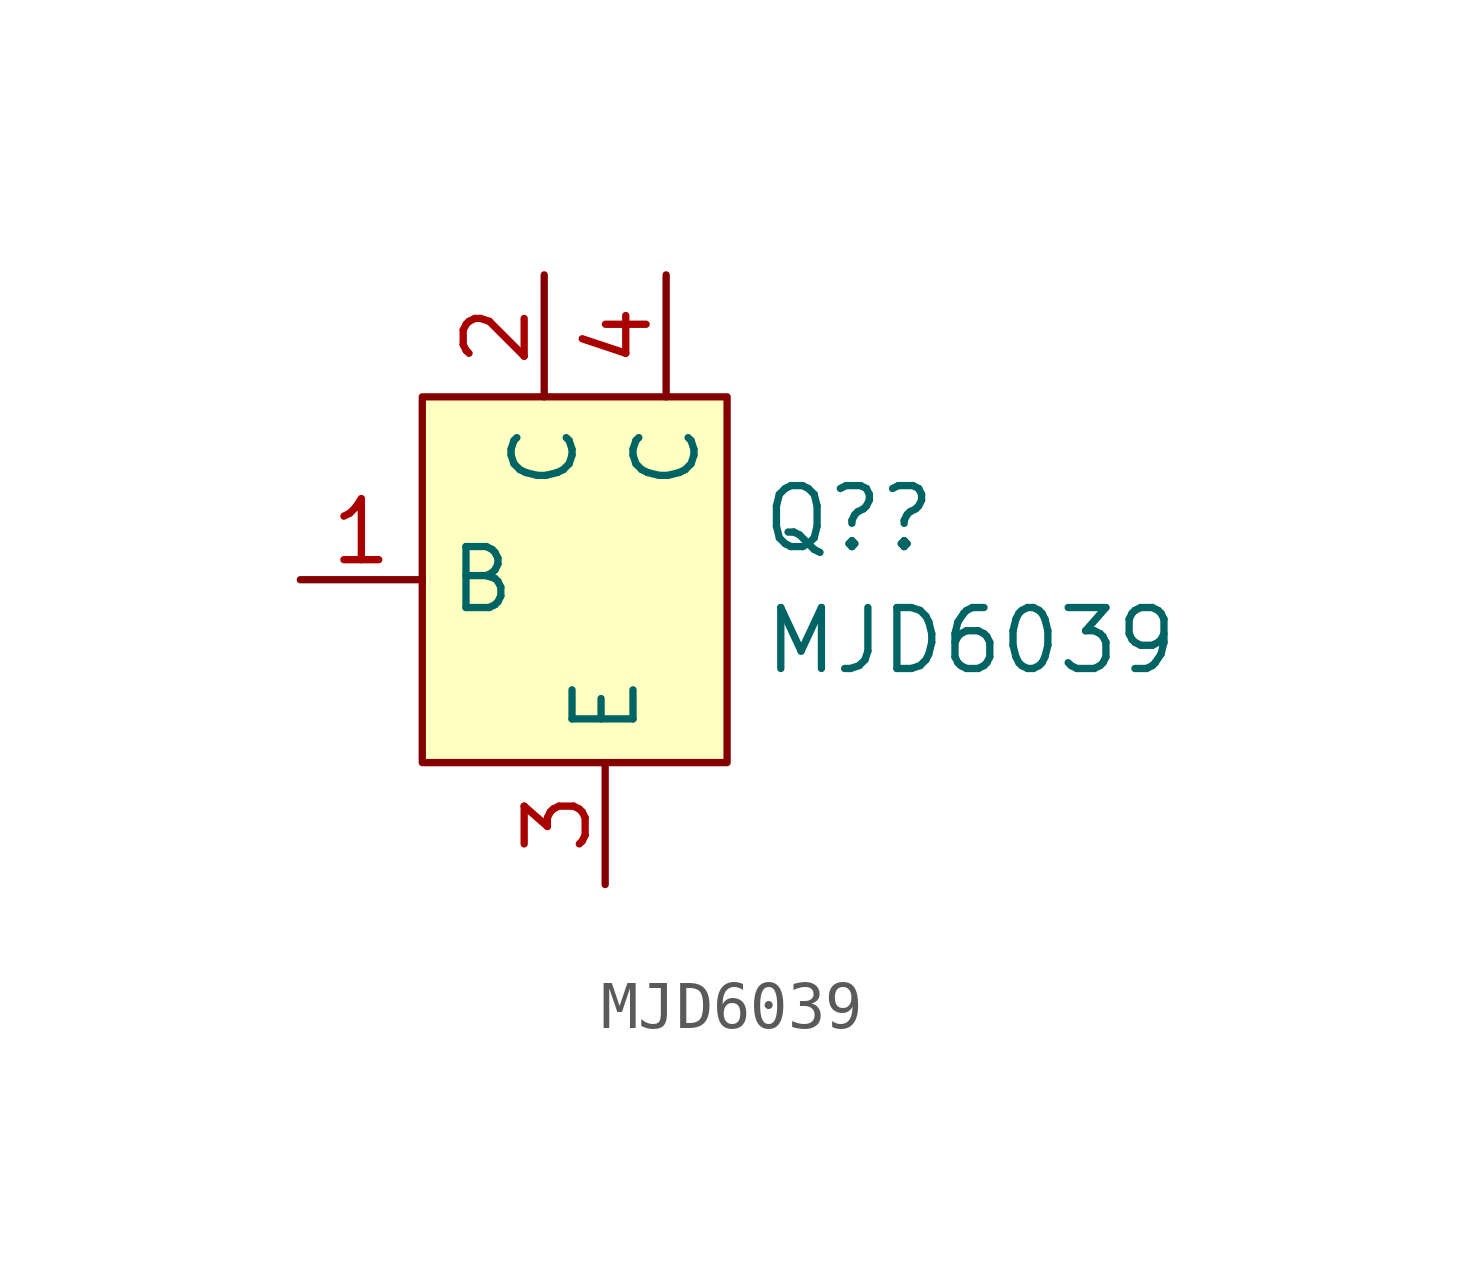
<source format=kicad_sym>
(kicad_symbol_lib
  (version 20211014)
  (generator kicad_symbol_editor)
  (symbol "MJD6039"
    (property "Reference" "Q?"
      (at 5.08 1.27 0)
      (effects (font (size 1.27 1.27))))
    (property "Value" "MJD6039"
      (at 7.62 -1.27 0)
      (effects (font (size 1.27 1.27))))
    (symbol "MJD6039_0_1"
      (rectangle (start -3.81 3.81) (end 2.54 -3.81) (stroke (width 0.152) (type default) (color 0 0 0 0)) (fill (type background))))
    (symbol "MJD6039_1_1"
      (pin input line (at -6.35 0 0) (length 2.54) (name "B" (effects (font (size 1.27 1.27)))) (number "1" (effects (font (size 1.27 1.27)))))
      (pin input line (at -1.27 6.35 270) (length 2.54) (name "C" (effects (font (size 1.27 1.27)))) (number "2" (effects (font (size 1.27 1.27)))))
      (pin input line (at 0 -6.35 90) (length 2.54) (name "E" (effects (font (size 1.27 1.27)))) (number "3" (effects (font (size 1.27 1.27)))))
      (pin input line (at 1.27 6.35 270) (length 2.54) (name "C" (effects (font (size 1.27 1.27)))) (number "4" (effects (font (size 1.27 1.27))))))))
</source>
